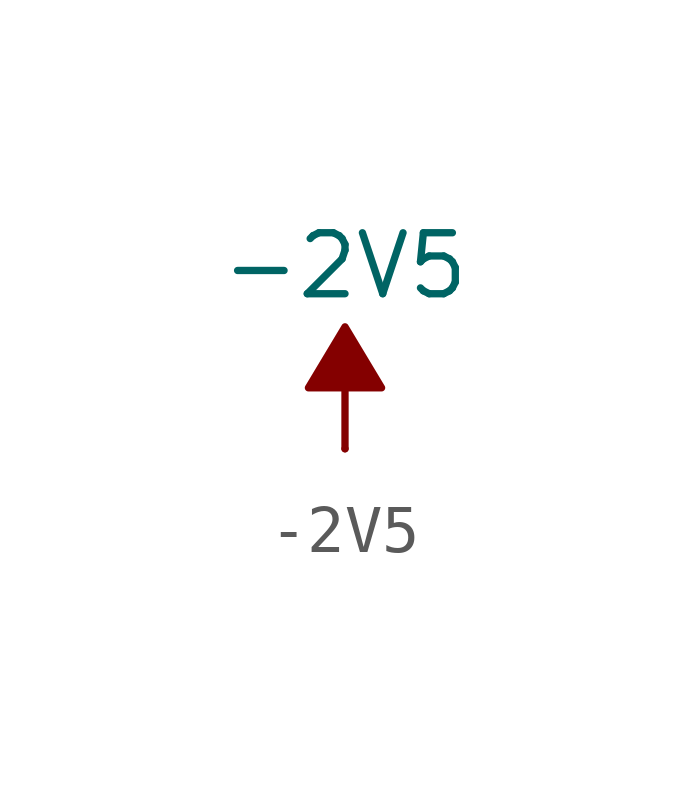
<source format=kicad_sym>
(kicad_symbol_lib
  (version 20231120)
  (generator "kicad_symbol_editor")
  (generator_version "8.0")
  (symbol "-2V5"
    (power)
    (pin_numbers hide)
    (pin_names
      (offset 0) hide)
    (property "Reference" "#PWR"
      (at 0 2.54 0)
      (effects (font (size 1.27 1.27)) (hide yes)))
    (property "Value" "-2V5"
      (at 0 3.81 0)
      (effects (font (size 1.27 1.27))))
    (symbol "-2V5_0_0"
      (pin power_in line (at 0 0 90) (length 0) (name "~" (effects (font (size 1.27 1.27)))) (number "1" (effects (font (size 1.27 1.27))))))
    (symbol "-2V5_0_1"
      (polyline (pts (xy 0 0) (xy 0 1.27) (xy 0.762 1.27) (xy 0 2.54) (xy -0.762 1.27) (xy 0 1.27)) (stroke (width 0) (type default)) (fill (type outline))))))
</source>
